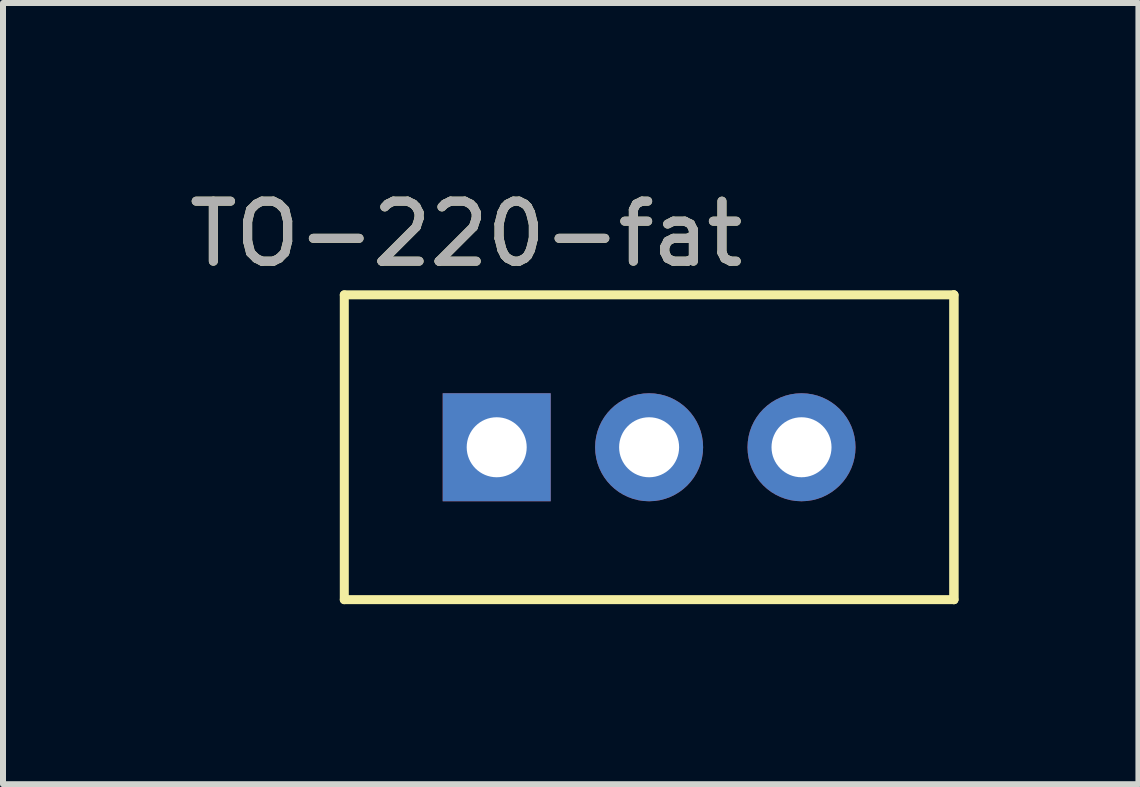
<source format=kicad_pcb>
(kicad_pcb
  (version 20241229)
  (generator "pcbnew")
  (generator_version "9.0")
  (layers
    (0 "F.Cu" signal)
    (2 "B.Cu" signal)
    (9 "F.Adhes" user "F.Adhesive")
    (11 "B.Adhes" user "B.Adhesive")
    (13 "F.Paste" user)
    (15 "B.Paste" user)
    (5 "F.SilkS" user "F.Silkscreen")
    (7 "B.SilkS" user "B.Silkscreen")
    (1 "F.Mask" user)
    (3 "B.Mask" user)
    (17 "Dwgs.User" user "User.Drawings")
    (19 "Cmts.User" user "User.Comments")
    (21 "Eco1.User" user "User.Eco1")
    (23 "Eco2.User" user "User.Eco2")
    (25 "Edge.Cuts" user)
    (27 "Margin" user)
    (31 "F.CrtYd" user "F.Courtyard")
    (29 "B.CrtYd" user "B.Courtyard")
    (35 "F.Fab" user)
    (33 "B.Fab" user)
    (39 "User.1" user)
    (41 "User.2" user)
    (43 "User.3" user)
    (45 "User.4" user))
  (footprint "TO-220-fat"
    (layer "F.Cu")
    (at 5.228 4.404)
    (property "Reference" "TO-220-fat" (at -0.508 -3.556 0) (layer "F.SilkS") (effects (font (size 1 1) (thickness 0.15))))
    (attr through_hole)
    (fp_line (start -2.54 -2.54) (end -2.54 2.54) (stroke (width 0.15) (type solid)) (layer "F.SilkS"))
    (fp_line (start -2.54 2.54) (end 7.62 2.54) (stroke (width 0.15) (type solid)) (layer "F.SilkS"))
    (fp_line (start 7.62 -2.54) (end -2.54 -2.54) (stroke (width 0.15) (type solid)) (layer "F.SilkS"))
    (fp_line (start 7.62 -2.54) (end 7.62 2.54) (stroke (width 0.15) (type solid)) (layer "F.SilkS"))
    (fp_line (start 7.62 2.54) (end 7.62 -2.54) (stroke (width 0.15) (type solid)) (layer "F.SilkS"))
    (fp_text user "${REFERENCE}" (at -0.508 -3.556 0) (layer "F.Fab") (effects (font (size 1 1) (thickness 0.15))))
    (pad "1" thru_hole rect (at 0 0) (size 1.8 1.8) (drill 1) (layers "*.Cu" "*.Mask"))
    (pad "2" thru_hole oval (at 2.54 0) (size 1.8 1.8) (drill 1) (layers "*.Cu" "*.Mask"))
    (pad "3" thru_hole oval (at 5.08 0) (size 1.8 1.8) (drill 1) (layers "*.Cu" "*.Mask")))
  (gr_rect
    (start -3 -3)
    (end 15.923 10.019)
    (stroke (width 0.1) (type default))
    (fill no)
    (layer "Edge.Cuts")))
</source>
